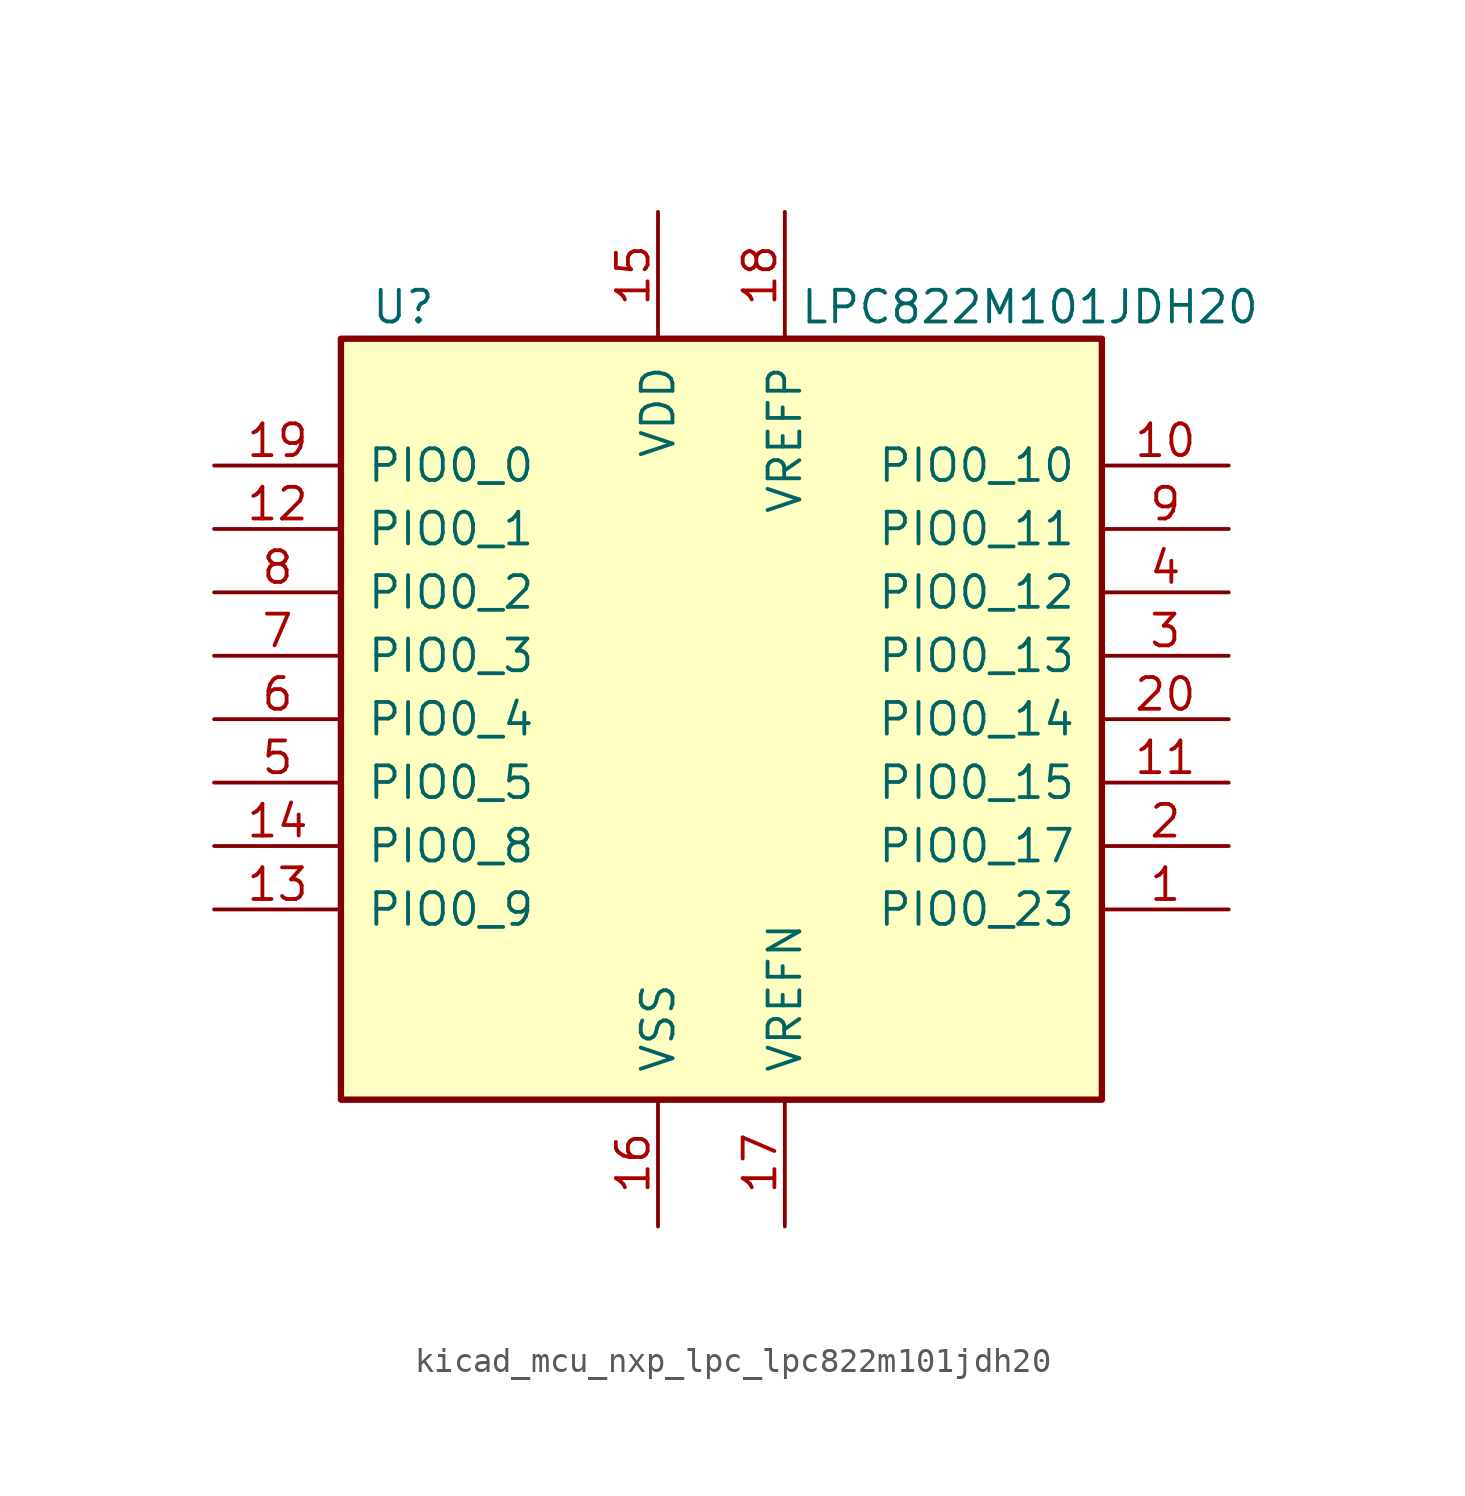
<source format=kicad_sym>
(kicad_symbol_lib
  (version 20220914)
  (generator kicad_symbol_editor)
  (symbol "kicad_mcu_nxp_lpc_lpc822m101jdh20"
    (pin_names
      (offset 1.016))
    (property "Reference" "U"
      (at -11.43 16.51 0)
      (effects (font (size 1.27 1.27)) (justify right)))
    (property "Value" "LPC822M101JDH20"
      (at 21.59 16.51 0)
      (effects (font (size 1.27 1.27)) (justify right)))
    (symbol "kicad_mcu_nxp_lpc_lpc822m101jdh20_0_1"
      (rectangle (start -15.24 15.24) (end 15.24 -15.24) (stroke (width 0.254) (type default)) (fill (type background))))
    (symbol "kicad_mcu_nxp_lpc_lpc822m101jdh20_1_1"
      (pin bidirectional line (at 20.32 -7.62 180) (length 5.08) (name "PIO0_23" (effects (font (size 1.27 1.27)))) (number "1" (effects (font (size 1.27 1.27)))))
      (pin bidirectional line (at 20.32 10.16 180) (length 5.08) (name "PIO0_10" (effects (font (size 1.27 1.27)))) (number "10" (effects (font (size 1.27 1.27)))))
      (pin bidirectional line (at 20.32 -2.54 180) (length 5.08) (name "PIO0_15" (effects (font (size 1.27 1.27)))) (number "11" (effects (font (size 1.27 1.27)))))
      (pin bidirectional line (at -20.32 7.62 0) (length 5.08) (name "PIO0_1" (effects (font (size 1.27 1.27)))) (number "12" (effects (font (size 1.27 1.27)))))
      (pin bidirectional line (at -20.32 -7.62 0) (length 5.08) (name "PIO0_9" (effects (font (size 1.27 1.27)))) (number "13" (effects (font (size 1.27 1.27)))))
      (pin bidirectional line (at -20.32 -5.08 0) (length 5.08) (name "PIO0_8" (effects (font (size 1.27 1.27)))) (number "14" (effects (font (size 1.27 1.27)))))
      (pin power_in line (at -2.54 20.32 270) (length 5.08) (name "VDD" (effects (font (size 1.27 1.27)))) (number "15" (effects (font (size 1.27 1.27)))))
      (pin power_in line (at -2.54 -20.32 90) (length 5.08) (name "VSS" (effects (font (size 1.27 1.27)))) (number "16" (effects (font (size 1.27 1.27)))))
      (pin power_in line (at 2.54 -20.32 90) (length 5.08) (name "VREFN" (effects (font (size 1.27 1.27)))) (number "17" (effects (font (size 1.27 1.27)))))
      (pin power_in line (at 2.54 20.32 270) (length 5.08) (name "VREFP" (effects (font (size 1.27 1.27)))) (number "18" (effects (font (size 1.27 1.27)))))
      (pin bidirectional line (at -20.32 10.16 0) (length 5.08) (name "PIO0_0" (effects (font (size 1.27 1.27)))) (number "19" (effects (font (size 1.27 1.27)))))
      (pin bidirectional line (at 20.32 -5.08 180) (length 5.08) (name "PIO0_17" (effects (font (size 1.27 1.27)))) (number "2" (effects (font (size 1.27 1.27)))))
      (pin bidirectional line (at 20.32 0 180) (length 5.08) (name "PIO0_14" (effects (font (size 1.27 1.27)))) (number "20" (effects (font (size 1.27 1.27)))))
      (pin bidirectional line (at 20.32 2.54 180) (length 5.08) (name "PIO0_13" (effects (font (size 1.27 1.27)))) (number "3" (effects (font (size 1.27 1.27)))))
      (pin bidirectional line (at 20.32 5.08 180) (length 5.08) (name "PIO0_12" (effects (font (size 1.27 1.27)))) (number "4" (effects (font (size 1.27 1.27)))))
      (pin bidirectional line (at -20.32 -2.54 0) (length 5.08) (name "PIO0_5" (effects (font (size 1.27 1.27)))) (number "5" (effects (font (size 1.27 1.27)))))
      (pin bidirectional line (at -20.32 0 0) (length 5.08) (name "PIO0_4" (effects (font (size 1.27 1.27)))) (number "6" (effects (font (size 1.27 1.27)))))
      (pin bidirectional line (at -20.32 2.54 0) (length 5.08) (name "PIO0_3" (effects (font (size 1.27 1.27)))) (number "7" (effects (font (size 1.27 1.27)))))
      (pin bidirectional line (at -20.32 5.08 0) (length 5.08) (name "PIO0_2" (effects (font (size 1.27 1.27)))) (number "8" (effects (font (size 1.27 1.27)))))
      (pin bidirectional line (at 20.32 7.62 180) (length 5.08) (name "PIO0_11" (effects (font (size 1.27 1.27)))) (number "9" (effects (font (size 1.27 1.27))))))))
</source>
